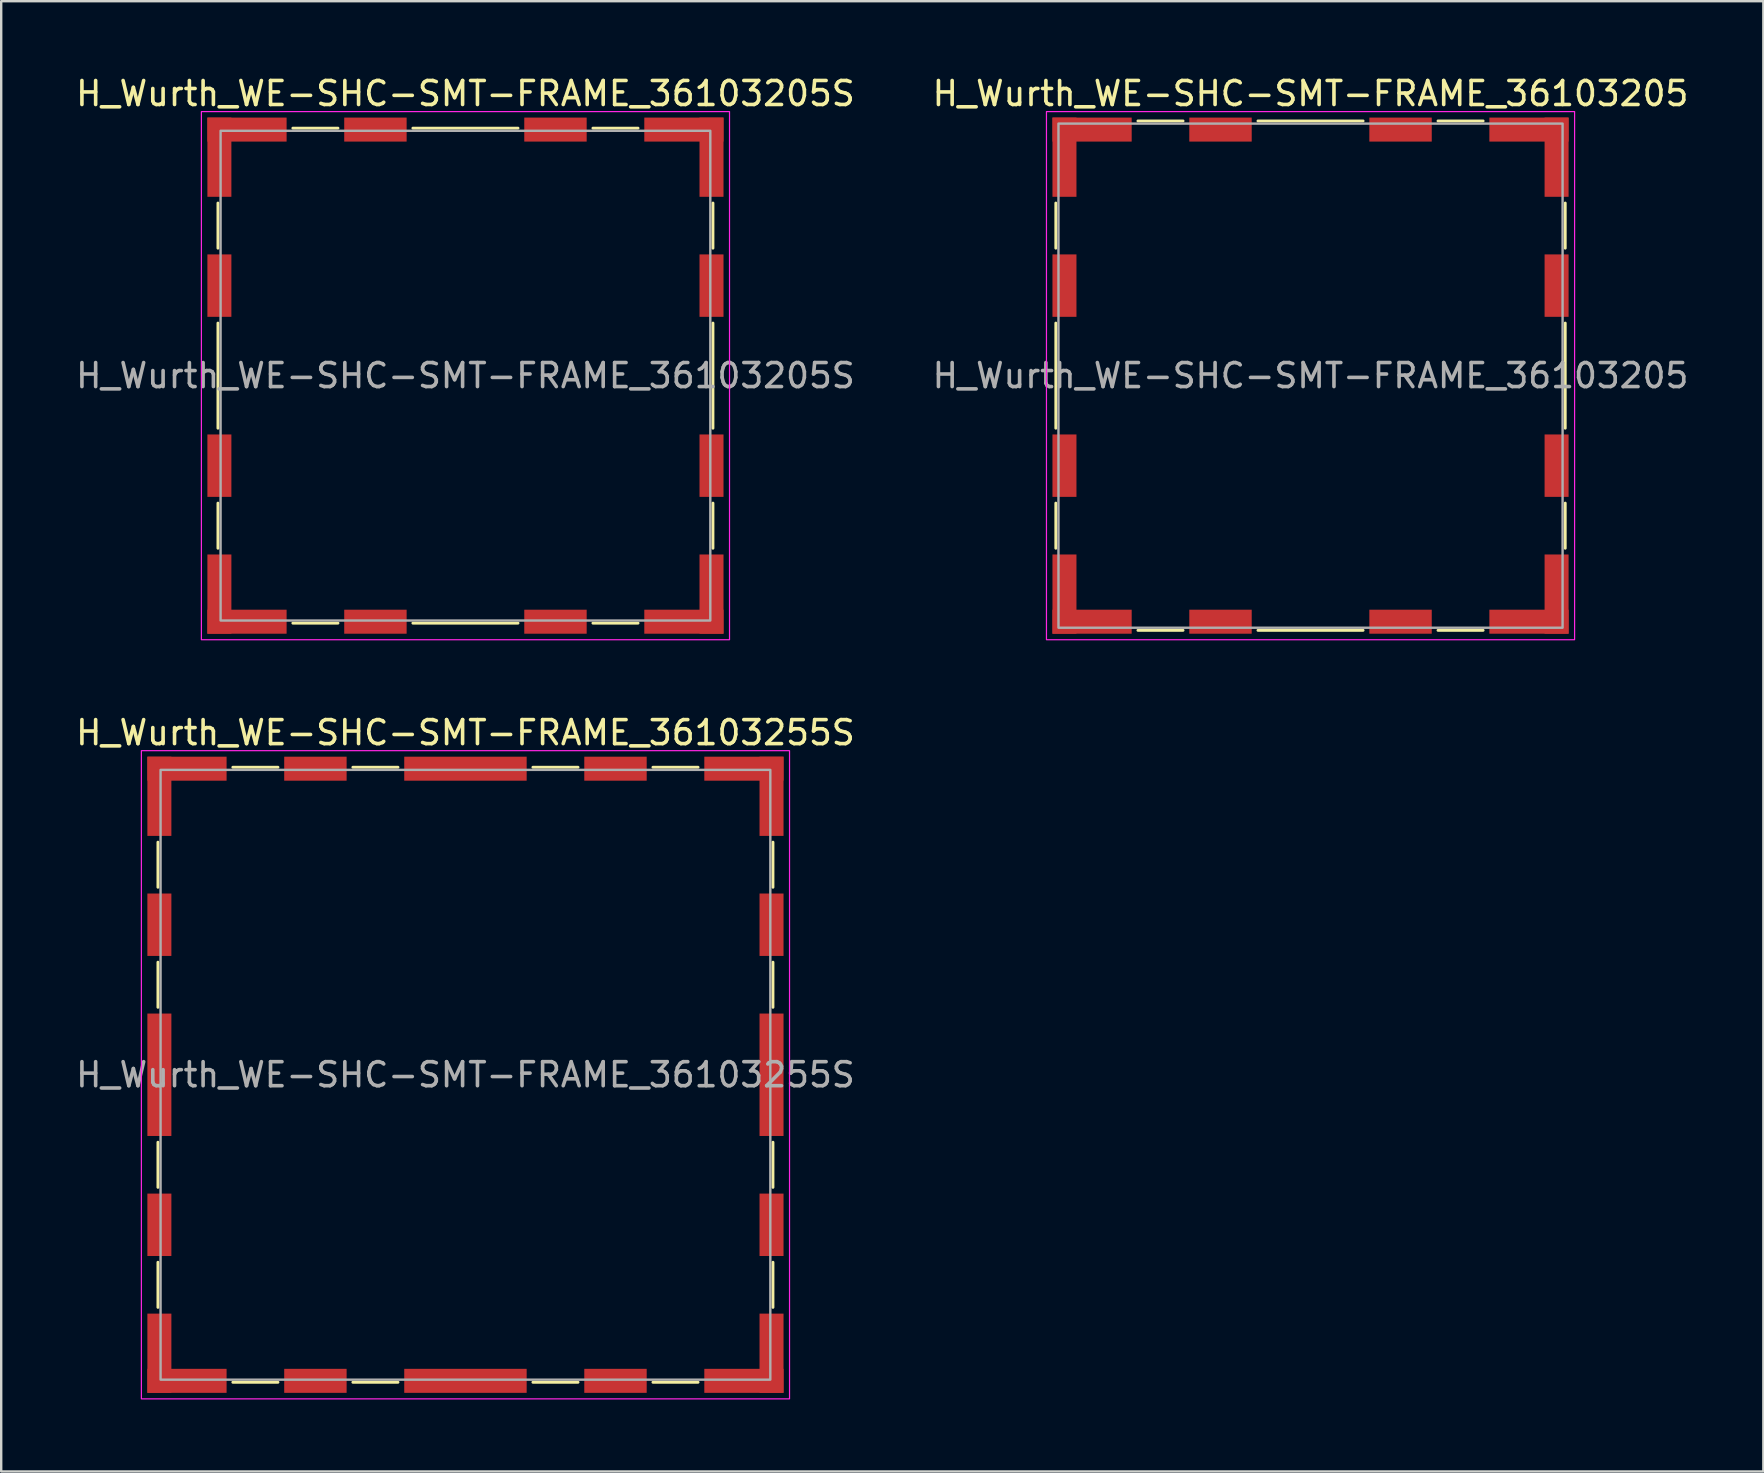
<source format=kicad_pcb>
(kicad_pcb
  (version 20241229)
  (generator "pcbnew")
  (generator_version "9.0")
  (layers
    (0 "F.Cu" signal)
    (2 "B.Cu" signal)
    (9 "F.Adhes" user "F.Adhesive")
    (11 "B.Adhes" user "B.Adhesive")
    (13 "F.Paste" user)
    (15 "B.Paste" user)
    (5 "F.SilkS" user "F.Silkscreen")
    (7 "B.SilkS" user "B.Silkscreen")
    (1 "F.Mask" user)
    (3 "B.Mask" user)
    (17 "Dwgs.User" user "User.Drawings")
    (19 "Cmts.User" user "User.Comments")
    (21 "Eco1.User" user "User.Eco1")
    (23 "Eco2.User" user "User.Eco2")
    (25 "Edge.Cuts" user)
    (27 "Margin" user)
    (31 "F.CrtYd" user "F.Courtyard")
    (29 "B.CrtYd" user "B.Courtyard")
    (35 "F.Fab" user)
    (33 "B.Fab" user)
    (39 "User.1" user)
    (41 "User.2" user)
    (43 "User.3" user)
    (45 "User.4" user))
  (footprint "H_Wurth_WE-SHC-SMT-FRAME_36103205S"
    (layer "F.Cu")
    (at 16.339 12.598)
    (property "Reference" "H_Wurth_WE-SHC-SMT-FRAME_36103205S" (at 0 -11.75 0) (unlocked yes) (layer "F.SilkS") (effects (font (size 1 1) (thickness 0.15))))
    (attr smd)
    (fp_line (start -10.31 -5.31) (end -10.31 -7.19) (stroke (width 0.12) (type default)) (layer "F.SilkS"))
    (fp_line (start -10.31 -2.19) (end -10.31 2.19) (stroke (width 0.12) (type default)) (layer "F.SilkS"))
    (fp_line (start -10.31 7.19) (end -10.31 5.31) (stroke (width 0.12) (type default)) (layer "F.SilkS"))
    (fp_line (start -7.19 -10.31) (end -5.31 -10.31) (stroke (width 0.12) (type default)) (layer "F.SilkS"))
    (fp_line (start -7.19 10.31) (end -5.31 10.31) (stroke (width 0.12) (type default)) (layer "F.SilkS"))
    (fp_line (start -2.19 -10.31) (end 2.19 -10.31) (stroke (width 0.12) (type default)) (layer "F.SilkS"))
    (fp_line (start -2.19 10.31) (end 2.19 10.31) (stroke (width 0.12) (type default)) (layer "F.SilkS"))
    (fp_line (start 5.31 -10.31) (end 7.19 -10.31) (stroke (width 0.12) (type default)) (layer "F.SilkS"))
    (fp_line (start 5.31 10.31) (end 7.19 10.31) (stroke (width 0.12) (type default)) (layer "F.SilkS"))
    (fp_line (start 10.31 -5.31) (end 10.31 -7.19) (stroke (width 0.12) (type default)) (layer "F.SilkS"))
    (fp_line (start 10.31 -2.19) (end 10.31 2.19) (stroke (width 0.12) (type default)) (layer "F.SilkS"))
    (fp_line (start 10.31 7.19) (end 10.31 5.31) (stroke (width 0.12) (type default)) (layer "F.SilkS"))
    (fp_rect (start -11 -11) (end 11 11) (stroke (width 0.05) (type solid)) (fill no) (layer "F.CrtYd"))
    (fp_rect (start -10.2 -10.2) (end 10.2 10.2) (stroke (width 0.1) (type solid)) (fill no) (layer "F.Fab"))
    (fp_text user "${REFERENCE}" (at 0 0 0) (unlocked yes) (layer "F.Fab") (effects (font (size 1 1) (thickness 0.15))))
    (pad "1" smd rect (at -10.25 -9.1) (size 1 3.3) (layers "F.Cu" "F.Mask" "F.Paste"))
    (pad "1" smd rect (at -10.25 -3.75) (size 1 2.6) (layers "F.Cu" "F.Mask" "F.Paste"))
    (pad "1" smd rect (at -10.25 3.75) (size 1 2.6) (layers "F.Cu" "F.Mask" "F.Paste"))
    (pad "1" smd rect (at -10.25 9.1) (size 1 3.3) (layers "F.Cu" "F.Mask" "F.Paste"))
    (pad "1" smd rect (at -9.1 -10.25) (size 3.3 1) (layers "F.Cu" "F.Mask" "F.Paste"))
    (pad "1" smd rect (at -9.1 10.25) (size 3.3 1) (layers "F.Cu" "F.Mask" "F.Paste"))
    (pad "1" smd rect (at -3.75 -10.25) (size 2.6 1) (layers "F.Cu" "F.Mask" "F.Paste"))
    (pad "1" smd rect (at -3.75 10.25) (size 2.6 1) (layers "F.Cu" "F.Mask" "F.Paste"))
    (pad "1" smd rect (at 3.75 -10.25) (size 2.6 1) (layers "F.Cu" "F.Mask" "F.Paste"))
    (pad "1" smd rect (at 3.75 10.25) (size 2.6 1) (layers "F.Cu" "F.Mask" "F.Paste"))
    (pad "1" smd rect (at 9.1 -10.25) (size 3.3 1) (layers "F.Cu" "F.Mask" "F.Paste"))
    (pad "1" smd rect (at 9.1 10.25) (size 3.3 1) (layers "F.Cu" "F.Mask" "F.Paste"))
    (pad "1" smd rect (at 10.25 -9.1) (size 1 3.3) (layers "F.Cu" "F.Mask" "F.Paste"))
    (pad "1" smd rect (at 10.25 -3.75) (size 1 2.6) (layers "F.Cu" "F.Mask" "F.Paste"))
    (pad "1" smd rect (at 10.25 3.75) (size 1 2.6) (layers "F.Cu" "F.Mask" "F.Paste"))
    (pad "1" smd rect (at 10.25 9.1) (size 1 3.3) (layers "F.Cu" "F.Mask" "F.Paste")))
  (footprint "H_Wurth_WE-SHC-SMT-FRAME_36103255S"
    (layer "F.Cu")
    (at 16.339 41.721)
    (property "Reference" "H_Wurth_WE-SHC-SMT-FRAME_36103255S" (at 0 -14.25 0) (unlocked yes) (layer "F.SilkS") (effects (font (size 1 1) (thickness 0.15))))
    (attr smd)
    (fp_line (start -12.81 -7.81) (end -12.81 -9.69) (stroke (width 0.12) (type default)) (layer "F.SilkS"))
    (fp_line (start -12.81 -2.81) (end -12.81 -4.69) (stroke (width 0.12) (type default)) (layer "F.SilkS"))
    (fp_line (start -12.81 4.69) (end -12.81 2.81) (stroke (width 0.12) (type default)) (layer "F.SilkS"))
    (fp_line (start -12.81 9.69) (end -12.81 7.81) (stroke (width 0.12) (type default)) (layer "F.SilkS"))
    (fp_line (start -9.69 -12.81) (end -7.81 -12.81) (stroke (width 0.12) (type default)) (layer "F.SilkS"))
    (fp_line (start -9.69 12.81) (end -7.81 12.81) (stroke (width 0.12) (type default)) (layer "F.SilkS"))
    (fp_line (start -4.69 -12.81) (end -2.81 -12.81) (stroke (width 0.12) (type default)) (layer "F.SilkS"))
    (fp_line (start -4.69 12.81) (end -2.81 12.81) (stroke (width 0.12) (type default)) (layer "F.SilkS"))
    (fp_line (start 2.81 -12.81) (end 4.69 -12.81) (stroke (width 0.12) (type default)) (layer "F.SilkS"))
    (fp_line (start 2.81 12.81) (end 4.69 12.81) (stroke (width 0.12) (type default)) (layer "F.SilkS"))
    (fp_line (start 7.81 -12.81) (end 9.69 -12.81) (stroke (width 0.12) (type default)) (layer "F.SilkS"))
    (fp_line (start 7.81 12.81) (end 9.69 12.81) (stroke (width 0.12) (type default)) (layer "F.SilkS"))
    (fp_line (start 12.81 -7.81) (end 12.81 -9.69) (stroke (width 0.12) (type default)) (layer "F.SilkS"))
    (fp_line (start 12.81 -2.81) (end 12.81 -4.69) (stroke (width 0.12) (type default)) (layer "F.SilkS"))
    (fp_line (start 12.81 4.69) (end 12.81 2.81) (stroke (width 0.12) (type default)) (layer "F.SilkS"))
    (fp_line (start 12.81 9.69) (end 12.81 7.81) (stroke (width 0.12) (type default)) (layer "F.SilkS"))
    (fp_rect (start -13.5 -13.5) (end 13.5 13.5) (stroke (width 0.05) (type solid)) (fill no) (layer "F.CrtYd"))
    (fp_rect (start -12.7 -12.7) (end 12.7 12.7) (stroke (width 0.1) (type solid)) (fill no) (layer "F.Fab"))
    (fp_text user "${REFERENCE}" (at 0 0 0) (unlocked yes) (layer "F.Fab") (effects (font (size 1 1) (thickness 0.15))))
    (pad "1" smd rect (at -12.75 -11.6) (size 1 3.3) (layers "F.Cu" "F.Mask" "F.Paste"))
    (pad "1" smd rect (at -12.75 -6.25) (size 1 2.6) (layers "F.Cu" "F.Mask" "F.Paste"))
    (pad "1" smd rect (at -12.75 0) (size 1 5.1) (layers "F.Cu" "F.Mask" "F.Paste"))
    (pad "1" smd rect (at -12.75 6.25) (size 1 2.6) (layers "F.Cu" "F.Mask" "F.Paste"))
    (pad "1" smd rect (at -12.75 11.6) (size 1 3.3) (layers "F.Cu" "F.Mask" "F.Paste"))
    (pad "1" smd rect (at -11.6 -12.75) (size 3.3 1) (layers "F.Cu" "F.Mask" "F.Paste"))
    (pad "1" smd rect (at -11.6 12.75) (size 3.3 1) (layers "F.Cu" "F.Mask" "F.Paste"))
    (pad "1" smd rect (at -6.25 -12.75) (size 2.6 1) (layers "F.Cu" "F.Mask" "F.Paste"))
    (pad "1" smd rect (at -6.25 12.75) (size 2.6 1) (layers "F.Cu" "F.Mask" "F.Paste"))
    (pad "1" smd rect (at 0 -12.75) (size 5.1 1) (layers "F.Cu" "F.Mask" "F.Paste"))
    (pad "1" smd rect (at 0 12.75) (size 5.1 1) (layers "F.Cu" "F.Mask" "F.Paste"))
    (pad "1" smd rect (at 6.25 -12.75) (size 2.6 1) (layers "F.Cu" "F.Mask" "F.Paste"))
    (pad "1" smd rect (at 6.25 12.75) (size 2.6 1) (layers "F.Cu" "F.Mask" "F.Paste"))
    (pad "1" smd rect (at 11.6 -12.75) (size 3.3 1) (layers "F.Cu" "F.Mask" "F.Paste"))
    (pad "1" smd rect (at 11.6 12.75) (size 3.3 1) (layers "F.Cu" "F.Mask" "F.Paste"))
    (pad "1" smd rect (at 12.75 -11.6) (size 1 3.3) (layers "F.Cu" "F.Mask" "F.Paste"))
    (pad "1" smd rect (at 12.75 -6.25) (size 1 2.6) (layers "F.Cu" "F.Mask" "F.Paste"))
    (pad "1" smd rect (at 12.75 0) (size 1 5.1) (layers "F.Cu" "F.Mask" "F.Paste"))
    (pad "1" smd rect (at 12.75 6.25) (size 1 2.6) (layers "F.Cu" "F.Mask" "F.Paste"))
    (pad "1" smd rect (at 12.75 11.6) (size 1 3.3) (layers "F.Cu" "F.Mask" "F.Paste")))
  (footprint "H_Wurth_WE-SHC-SMT-FRAME_36103205"
    (layer "F.Cu")
    (at 51.542 12.598)
    (property "Reference" "H_Wurth_WE-SHC-SMT-FRAME_36103205" (at 0 -11.75 0) (unlocked yes) (layer "F.SilkS") (effects (font (size 1 1) (thickness 0.15))))
    (attr smd)
    (fp_line (start -10.61 -5.31) (end -10.61 -7.19) (stroke (width 0.12) (type default)) (layer "F.SilkS"))
    (fp_line (start -10.61 -2.19) (end -10.61 2.19) (stroke (width 0.12) (type default)) (layer "F.SilkS"))
    (fp_line (start -10.61 7.19) (end -10.61 5.31) (stroke (width 0.12) (type default)) (layer "F.SilkS"))
    (fp_line (start -7.19 -10.61) (end -5.31 -10.61) (stroke (width 0.12) (type default)) (layer "F.SilkS"))
    (fp_line (start -7.19 10.61) (end -5.31 10.61) (stroke (width 0.12) (type default)) (layer "F.SilkS"))
    (fp_line (start -2.19 -10.61) (end 2.19 -10.61) (stroke (width 0.12) (type default)) (layer "F.SilkS"))
    (fp_line (start -2.19 10.61) (end 2.19 10.61) (stroke (width 0.12) (type default)) (layer "F.SilkS"))
    (fp_line (start 5.31 -10.61) (end 7.19 -10.61) (stroke (width 0.12) (type default)) (layer "F.SilkS"))
    (fp_line (start 5.31 10.61) (end 7.19 10.61) (stroke (width 0.12) (type default)) (layer "F.SilkS"))
    (fp_line (start 10.61 -5.31) (end 10.61 -7.19) (stroke (width 0.12) (type default)) (layer "F.SilkS"))
    (fp_line (start 10.61 -2.19) (end 10.61 2.19) (stroke (width 0.12) (type default)) (layer "F.SilkS"))
    (fp_line (start 10.61 7.19) (end 10.61 5.31) (stroke (width 0.12) (type default)) (layer "F.SilkS"))
    (fp_rect (start -11 -11) (end 11 11) (stroke (width 0.05) (type solid)) (fill no) (layer "F.CrtYd"))
    (fp_rect (start -10.5 -10.5) (end 10.5 10.5) (stroke (width 0.1) (type solid)) (fill no) (layer "F.Fab"))
    (fp_text user "${REFERENCE}" (at 0 0 0) (unlocked yes) (layer "F.Fab") (effects (font (size 1 1) (thickness 0.15))))
    (pad "1" smd rect (at -10.25 -9.1) (size 1 3.3) (layers "F.Cu" "F.Mask" "F.Paste"))
    (pad "1" smd rect (at -10.25 -3.75) (size 1 2.6) (layers "F.Cu" "F.Mask" "F.Paste"))
    (pad "1" smd rect (at -10.25 3.75) (size 1 2.6) (layers "F.Cu" "F.Mask" "F.Paste"))
    (pad "1" smd rect (at -10.25 9.1) (size 1 3.3) (layers "F.Cu" "F.Mask" "F.Paste"))
    (pad "1" smd rect (at -9.1 -10.25) (size 3.3 1) (layers "F.Cu" "F.Mask" "F.Paste"))
    (pad "1" smd rect (at -9.1 10.25) (size 3.3 1) (layers "F.Cu" "F.Mask" "F.Paste"))
    (pad "1" smd rect (at -3.75 -10.25) (size 2.6 1) (layers "F.Cu" "F.Mask" "F.Paste"))
    (pad "1" smd rect (at -3.75 10.25) (size 2.6 1) (layers "F.Cu" "F.Mask" "F.Paste"))
    (pad "1" smd rect (at 3.75 -10.25) (size 2.6 1) (layers "F.Cu" "F.Mask" "F.Paste"))
    (pad "1" smd rect (at 3.75 10.25) (size 2.6 1) (layers "F.Cu" "F.Mask" "F.Paste"))
    (pad "1" smd rect (at 9.1 -10.25) (size 3.3 1) (layers "F.Cu" "F.Mask" "F.Paste"))
    (pad "1" smd rect (at 9.1 10.25) (size 3.3 1) (layers "F.Cu" "F.Mask" "F.Paste"))
    (pad "1" smd rect (at 10.25 -9.1) (size 1 3.3) (layers "F.Cu" "F.Mask" "F.Paste"))
    (pad "1" smd rect (at 10.25 -3.75) (size 1 2.6) (layers "F.Cu" "F.Mask" "F.Paste"))
    (pad "1" smd rect (at 10.25 3.75) (size 1 2.6) (layers "F.Cu" "F.Mask" "F.Paste"))
    (pad "1" smd rect (at 10.25 9.1) (size 1 3.3) (layers "F.Cu" "F.Mask" "F.Paste")))
  (gr_rect
    (start -3 -3)
    (end 70.405 58.246)
    (stroke (width 0.1) (type default))
    (fill no)
    (layer "Edge.Cuts")))
</source>
